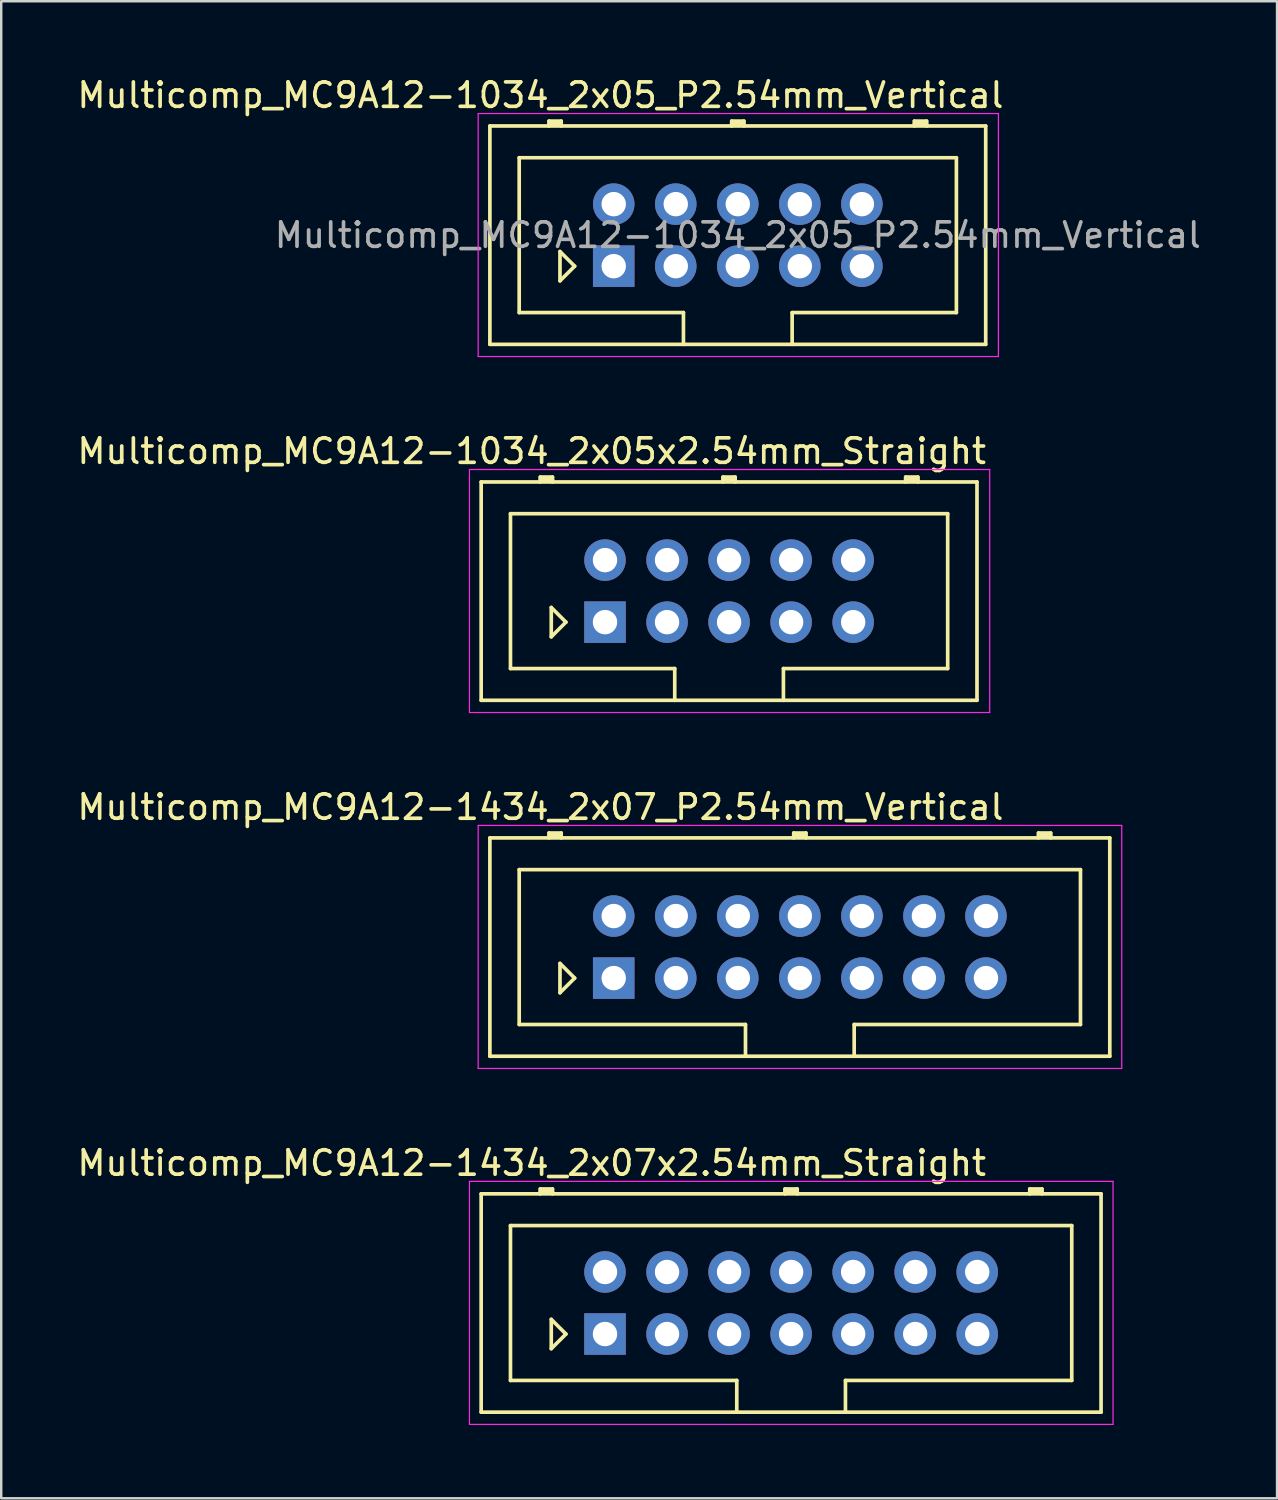
<source format=kicad_pcb>
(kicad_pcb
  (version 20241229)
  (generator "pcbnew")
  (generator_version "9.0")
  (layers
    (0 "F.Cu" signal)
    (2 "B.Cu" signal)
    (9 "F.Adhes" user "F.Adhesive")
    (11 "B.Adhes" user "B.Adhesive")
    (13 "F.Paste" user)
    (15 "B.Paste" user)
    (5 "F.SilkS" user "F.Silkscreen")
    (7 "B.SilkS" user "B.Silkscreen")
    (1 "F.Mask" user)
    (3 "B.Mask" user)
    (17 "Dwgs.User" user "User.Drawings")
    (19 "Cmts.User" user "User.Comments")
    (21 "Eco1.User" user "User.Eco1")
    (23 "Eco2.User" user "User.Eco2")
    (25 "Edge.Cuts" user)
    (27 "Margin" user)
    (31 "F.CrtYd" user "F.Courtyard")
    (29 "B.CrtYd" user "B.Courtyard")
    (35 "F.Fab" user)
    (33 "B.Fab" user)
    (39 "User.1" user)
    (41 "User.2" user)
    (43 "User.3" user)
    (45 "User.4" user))
  (footprint "Multicomp_MC9A12-1034_2x05_P2.54mm_Vertical"
    (layer "F.Cu")
    (at 22.077 7.848)
    (property "Reference" "Multicomp_MC9A12-1034_2x05_P2.54mm_Vertical" (at -3 -7 0) (layer "F.SilkS") (effects (font (size 1 1) (thickness 0.15))))
    (attr through_hole)
    (fp_line (start -5.07 -5.74) (end 15.23 -5.74) (stroke (width 0.15) (type solid)) (layer "F.SilkS"))
    (fp_line (start -5.07 3.2) (end -5.07 -5.74) (stroke (width 0.15) (type solid)) (layer "F.SilkS"))
    (fp_line (start -3.87 -4.44) (end 14.03 -4.44) (stroke (width 0.15) (type solid)) (layer "F.SilkS"))
    (fp_line (start -3.87 1.9) (end -3.87 -4.44) (stroke (width 0.15) (type solid)) (layer "F.SilkS"))
    (fp_line (start -2.65 -5.94) (end -2.15 -5.94) (stroke (width 0.15) (type solid)) (layer "F.SilkS"))
    (fp_line (start -2.65 -5.84) (end -2.15 -5.84) (stroke (width 0.15) (type solid)) (layer "F.SilkS"))
    (fp_line (start -2.65 -5.74) (end -2.65 -5.94) (stroke (width 0.15) (type solid)) (layer "F.SilkS"))
    (fp_line (start -2.2 -0.6) (end -1.6 0) (stroke (width 0.15) (type solid)) (layer "F.SilkS"))
    (fp_line (start -2.2 0.6) (end -2.2 -0.6) (stroke (width 0.15) (type solid)) (layer "F.SilkS"))
    (fp_line (start -2.15 -5.94) (end -2.15 -5.74) (stroke (width 0.15) (type solid)) (layer "F.SilkS"))
    (fp_line (start -1.6 0) (end -2.2 0.6) (stroke (width 0.15) (type solid)) (layer "F.SilkS"))
    (fp_line (start 2.855 1.9) (end -3.87 1.9) (stroke (width 0.15) (type solid)) (layer "F.SilkS"))
    (fp_line (start 2.855 3.2) (end 2.855 1.9) (stroke (width 0.15) (type solid)) (layer "F.SilkS"))
    (fp_line (start 4.83 -5.94) (end 5.33 -5.94) (stroke (width 0.15) (type solid)) (layer "F.SilkS"))
    (fp_line (start 4.83 -5.84) (end 5.33 -5.84) (stroke (width 0.15) (type solid)) (layer "F.SilkS"))
    (fp_line (start 4.83 -5.74) (end 4.83 -5.94) (stroke (width 0.15) (type solid)) (layer "F.SilkS"))
    (fp_line (start 5.33 -5.94) (end 5.33 -5.74) (stroke (width 0.15) (type solid)) (layer "F.SilkS"))
    (fp_line (start 7.305 1.9) (end 7.305 3.2) (stroke (width 0.15) (type solid)) (layer "F.SilkS"))
    (fp_line (start 12.31 -5.94) (end 12.81 -5.94) (stroke (width 0.15) (type solid)) (layer "F.SilkS"))
    (fp_line (start 12.31 -5.84) (end 12.81 -5.84) (stroke (width 0.15) (type solid)) (layer "F.SilkS"))
    (fp_line (start 12.31 -5.74) (end 12.31 -5.94) (stroke (width 0.15) (type solid)) (layer "F.SilkS"))
    (fp_line (start 12.81 -5.94) (end 12.81 -5.74) (stroke (width 0.15) (type solid)) (layer "F.SilkS"))
    (fp_line (start 14.03 -4.44) (end 14.03 1.9) (stroke (width 0.15) (type solid)) (layer "F.SilkS"))
    (fp_line (start 14.03 1.9) (end 7.305 1.9) (stroke (width 0.15) (type solid)) (layer "F.SilkS"))
    (fp_line (start 15.23 -5.74) (end 15.23 3.2) (stroke (width 0.15) (type solid)) (layer "F.SilkS"))
    (fp_line (start 15.23 3.2) (end -5.07 3.2) (stroke (width 0.15) (type solid)) (layer "F.SilkS"))
    (fp_line (start -5.55 -6.25) (end 15.75 -6.25) (stroke (width 0.05) (type solid)) (layer "F.CrtYd"))
    (fp_line (start -5.55 3.7) (end -5.55 -6.25) (stroke (width 0.05) (type solid)) (layer "F.CrtYd"))
    (fp_line (start 15.75 -6.25) (end 15.75 3.7) (stroke (width 0.05) (type solid)) (layer "F.CrtYd"))
    (fp_line (start 15.75 3.7) (end -5.55 3.7) (stroke (width 0.05) (type solid)) (layer "F.CrtYd"))
    (fp_text user "${REFERENCE}" (at 5.08 -1.27 0) (layer "F.Fab") (effects (font (size 1 1) (thickness 0.15))))
    (pad "1" thru_hole rect (at 0 0) (size 1.7 1.7) (drill 1) (layers "*.Cu" "*.Mask"))
    (pad "2" thru_hole circle (at 0 -2.54) (size 1.7 1.7) (drill 1) (layers "*.Cu" "*.Mask"))
    (pad "3" thru_hole circle (at 2.54 0) (size 1.7 1.7) (drill 1) (layers "*.Cu" "*.Mask"))
    (pad "4" thru_hole circle (at 2.54 -2.54) (size 1.7 1.7) (drill 1) (layers "*.Cu" "*.Mask"))
    (pad "5" thru_hole circle (at 5.08 0) (size 1.7 1.7) (drill 1) (layers "*.Cu" "*.Mask"))
    (pad "6" thru_hole circle (at 5.08 -2.54) (size 1.7 1.7) (drill 1) (layers "*.Cu" "*.Mask"))
    (pad "7" thru_hole circle (at 7.62 0) (size 1.7 1.7) (drill 1) (layers "*.Cu" "*.Mask"))
    (pad "8" thru_hole circle (at 7.62 -2.54) (size 1.7 1.7) (drill 1) (layers "*.Cu" "*.Mask"))
    (pad "9" thru_hole circle (at 10.16 0) (size 1.7 1.7) (drill 1) (layers "*.Cu" "*.Mask"))
    (pad "10" thru_hole circle (at 10.16 -2.54) (size 1.7 1.7) (drill 1) (layers "*.Cu" "*.Mask")))
  (footprint "Multicomp_MC9A12-1034_2x05x2.54mm_Straight"
    (layer "F.Cu")
    (at 21.72 22.422)
    (property "Reference" "Multicomp_MC9A12-1034_2x05x2.54mm_Straight" (at -3 -7 0) (layer "F.SilkS") (effects (font (size 1 1) (thickness 0.15))))
    (attr through_hole)
    (fp_line (start -5.07 -5.74) (end 15.23 -5.74) (stroke (width 0.15) (type solid)) (layer "F.SilkS"))
    (fp_line (start -5.07 3.2) (end -5.07 -5.74) (stroke (width 0.15) (type solid)) (layer "F.SilkS"))
    (fp_line (start -3.87 -4.44) (end 14.03 -4.44) (stroke (width 0.15) (type solid)) (layer "F.SilkS"))
    (fp_line (start -3.87 1.9) (end -3.87 -4.44) (stroke (width 0.15) (type solid)) (layer "F.SilkS"))
    (fp_line (start -2.65 -5.94) (end -2.15 -5.94) (stroke (width 0.15) (type solid)) (layer "F.SilkS"))
    (fp_line (start -2.65 -5.84) (end -2.15 -5.84) (stroke (width 0.15) (type solid)) (layer "F.SilkS"))
    (fp_line (start -2.65 -5.74) (end -2.65 -5.94) (stroke (width 0.15) (type solid)) (layer "F.SilkS"))
    (fp_line (start -2.2 -0.6) (end -1.6 0) (stroke (width 0.15) (type solid)) (layer "F.SilkS"))
    (fp_line (start -2.2 0.6) (end -2.2 -0.6) (stroke (width 0.15) (type solid)) (layer "F.SilkS"))
    (fp_line (start -2.15 -5.94) (end -2.15 -5.74) (stroke (width 0.15) (type solid)) (layer "F.SilkS"))
    (fp_line (start -1.6 0) (end -2.2 0.6) (stroke (width 0.15) (type solid)) (layer "F.SilkS"))
    (fp_line (start 2.855 1.9) (end -3.87 1.9) (stroke (width 0.15) (type solid)) (layer "F.SilkS"))
    (fp_line (start 2.855 3.2) (end 2.855 1.9) (stroke (width 0.15) (type solid)) (layer "F.SilkS"))
    (fp_line (start 4.83 -5.94) (end 5.33 -5.94) (stroke (width 0.15) (type solid)) (layer "F.SilkS"))
    (fp_line (start 4.83 -5.84) (end 5.33 -5.84) (stroke (width 0.15) (type solid)) (layer "F.SilkS"))
    (fp_line (start 4.83 -5.74) (end 4.83 -5.94) (stroke (width 0.15) (type solid)) (layer "F.SilkS"))
    (fp_line (start 5.33 -5.94) (end 5.33 -5.74) (stroke (width 0.15) (type solid)) (layer "F.SilkS"))
    (fp_line (start 7.305 1.9) (end 7.305 3.2) (stroke (width 0.15) (type solid)) (layer "F.SilkS"))
    (fp_line (start 12.31 -5.94) (end 12.81 -5.94) (stroke (width 0.15) (type solid)) (layer "F.SilkS"))
    (fp_line (start 12.31 -5.84) (end 12.81 -5.84) (stroke (width 0.15) (type solid)) (layer "F.SilkS"))
    (fp_line (start 12.31 -5.74) (end 12.31 -5.94) (stroke (width 0.15) (type solid)) (layer "F.SilkS"))
    (fp_line (start 12.81 -5.94) (end 12.81 -5.74) (stroke (width 0.15) (type solid)) (layer "F.SilkS"))
    (fp_line (start 14.03 -4.44) (end 14.03 1.9) (stroke (width 0.15) (type solid)) (layer "F.SilkS"))
    (fp_line (start 14.03 1.9) (end 7.305 1.9) (stroke (width 0.15) (type solid)) (layer "F.SilkS"))
    (fp_line (start 15.23 -5.74) (end 15.23 3.2) (stroke (width 0.15) (type solid)) (layer "F.SilkS"))
    (fp_line (start 15.23 3.2) (end -5.07 3.2) (stroke (width 0.15) (type solid)) (layer "F.SilkS"))
    (fp_line (start -5.55 -6.25) (end 15.75 -6.25) (stroke (width 0.05) (type solid)) (layer "F.CrtYd"))
    (fp_line (start -5.55 3.7) (end -5.55 -6.25) (stroke (width 0.05) (type solid)) (layer "F.CrtYd"))
    (fp_line (start 15.75 -6.25) (end 15.75 3.7) (stroke (width 0.05) (type solid)) (layer "F.CrtYd"))
    (fp_line (start 15.75 3.7) (end -5.55 3.7) (stroke (width 0.05) (type solid)) (layer "F.CrtYd"))
    (pad "1" thru_hole rect (at 0 0) (size 1.7 1.7) (drill 1) (layers "*.Cu" "*.Mask"))
    (pad "2" thru_hole circle (at 0 -2.54) (size 1.7 1.7) (drill 1) (layers "*.Cu" "*.Mask"))
    (pad "3" thru_hole circle (at 2.54 0) (size 1.7 1.7) (drill 1) (layers "*.Cu" "*.Mask"))
    (pad "4" thru_hole circle (at 2.54 -2.54) (size 1.7 1.7) (drill 1) (layers "*.Cu" "*.Mask"))
    (pad "5" thru_hole circle (at 5.08 0) (size 1.7 1.7) (drill 1) (layers "*.Cu" "*.Mask"))
    (pad "6" thru_hole circle (at 5.08 -2.54) (size 1.7 1.7) (drill 1) (layers "*.Cu" "*.Mask"))
    (pad "7" thru_hole circle (at 7.62 0) (size 1.7 1.7) (drill 1) (layers "*.Cu" "*.Mask"))
    (pad "8" thru_hole circle (at 7.62 -2.54) (size 1.7 1.7) (drill 1) (layers "*.Cu" "*.Mask"))
    (pad "9" thru_hole circle (at 10.16 0) (size 1.7 1.7) (drill 1) (layers "*.Cu" "*.Mask"))
    (pad "10" thru_hole circle (at 10.16 -2.54) (size 1.7 1.7) (drill 1) (layers "*.Cu" "*.Mask")))
  (footprint "Multicomp_MC9A12-1434_2x07_P2.54mm_Vertical"
    (layer "F.Cu")
    (at 22.077 36.995)
    (property "Reference" "Multicomp_MC9A12-1434_2x07_P2.54mm_Vertical" (at -3 -7 0) (layer "F.SilkS") (effects (font (size 1 1) (thickness 0.15))))
    (attr through_hole)
    (fp_line (start -5.07 -5.74) (end 20.31 -5.74) (stroke (width 0.15) (type solid)) (layer "F.SilkS"))
    (fp_line (start -5.07 3.2) (end -5.07 -5.74) (stroke (width 0.15) (type solid)) (layer "F.SilkS"))
    (fp_line (start -3.87 -4.44) (end 19.11 -4.44) (stroke (width 0.15) (type solid)) (layer "F.SilkS"))
    (fp_line (start -3.87 1.9) (end -3.87 -4.44) (stroke (width 0.15) (type solid)) (layer "F.SilkS"))
    (fp_line (start -2.65 -5.94) (end -2.15 -5.94) (stroke (width 0.15) (type solid)) (layer "F.SilkS"))
    (fp_line (start -2.65 -5.84) (end -2.15 -5.84) (stroke (width 0.15) (type solid)) (layer "F.SilkS"))
    (fp_line (start -2.65 -5.74) (end -2.65 -5.94) (stroke (width 0.15) (type solid)) (layer "F.SilkS"))
    (fp_line (start -2.2 -0.6) (end -1.6 0) (stroke (width 0.15) (type solid)) (layer "F.SilkS"))
    (fp_line (start -2.2 0.6) (end -2.2 -0.6) (stroke (width 0.15) (type solid)) (layer "F.SilkS"))
    (fp_line (start -2.15 -5.94) (end -2.15 -5.74) (stroke (width 0.15) (type solid)) (layer "F.SilkS"))
    (fp_line (start -1.6 0) (end -2.2 0.6) (stroke (width 0.15) (type solid)) (layer "F.SilkS"))
    (fp_line (start 5.395 1.9) (end -3.87 1.9) (stroke (width 0.15) (type solid)) (layer "F.SilkS"))
    (fp_line (start 5.395 3.2) (end 5.395 1.9) (stroke (width 0.15) (type solid)) (layer "F.SilkS"))
    (fp_line (start 7.37 -5.94) (end 7.87 -5.94) (stroke (width 0.15) (type solid)) (layer "F.SilkS"))
    (fp_line (start 7.37 -5.84) (end 7.87 -5.84) (stroke (width 0.15) (type solid)) (layer "F.SilkS"))
    (fp_line (start 7.37 -5.74) (end 7.37 -5.94) (stroke (width 0.15) (type solid)) (layer "F.SilkS"))
    (fp_line (start 7.87 -5.94) (end 7.87 -5.74) (stroke (width 0.15) (type solid)) (layer "F.SilkS"))
    (fp_line (start 9.845 1.9) (end 9.845 3.2) (stroke (width 0.15) (type solid)) (layer "F.SilkS"))
    (fp_line (start 17.39 -5.94) (end 17.89 -5.94) (stroke (width 0.15) (type solid)) (layer "F.SilkS"))
    (fp_line (start 17.39 -5.84) (end 17.89 -5.84) (stroke (width 0.15) (type solid)) (layer "F.SilkS"))
    (fp_line (start 17.39 -5.74) (end 17.39 -5.94) (stroke (width 0.15) (type solid)) (layer "F.SilkS"))
    (fp_line (start 17.89 -5.94) (end 17.89 -5.74) (stroke (width 0.15) (type solid)) (layer "F.SilkS"))
    (fp_line (start 19.11 -4.44) (end 19.11 1.9) (stroke (width 0.15) (type solid)) (layer "F.SilkS"))
    (fp_line (start 19.11 1.9) (end 9.845 1.9) (stroke (width 0.15) (type solid)) (layer "F.SilkS"))
    (fp_line (start 20.31 -5.74) (end 20.31 3.2) (stroke (width 0.15) (type solid)) (layer "F.SilkS"))
    (fp_line (start 20.31 3.2) (end -5.07 3.2) (stroke (width 0.15) (type solid)) (layer "F.SilkS"))
    (fp_line (start -5.55 -6.25) (end 20.8 -6.25) (stroke (width 0.05) (type solid)) (layer "F.CrtYd"))
    (fp_line (start -5.55 3.7) (end -5.55 -6.25) (stroke (width 0.05) (type solid)) (layer "F.CrtYd"))
    (fp_line (start 20.8 -6.25) (end 20.8 3.7) (stroke (width 0.05) (type solid)) (layer "F.CrtYd"))
    (fp_line (start 20.8 3.7) (end -5.55 3.7) (stroke (width 0.05) (type solid)) (layer "F.CrtYd"))
    (pad "1" thru_hole rect (at 0 0) (size 1.7 1.7) (drill 1) (layers "*.Cu" "*.Mask"))
    (pad "2" thru_hole circle (at 0 -2.54) (size 1.7 1.7) (drill 1) (layers "*.Cu" "*.Mask"))
    (pad "3" thru_hole circle (at 2.54 0) (size 1.7 1.7) (drill 1) (layers "*.Cu" "*.Mask"))
    (pad "4" thru_hole circle (at 2.54 -2.54) (size 1.7 1.7) (drill 1) (layers "*.Cu" "*.Mask"))
    (pad "5" thru_hole circle (at 5.08 0) (size 1.7 1.7) (drill 1) (layers "*.Cu" "*.Mask"))
    (pad "6" thru_hole circle (at 5.08 -2.54) (size 1.7 1.7) (drill 1) (layers "*.Cu" "*.Mask"))
    (pad "7" thru_hole circle (at 7.62 0) (size 1.7 1.7) (drill 1) (layers "*.Cu" "*.Mask"))
    (pad "8" thru_hole circle (at 7.62 -2.54) (size 1.7 1.7) (drill 1) (layers "*.Cu" "*.Mask"))
    (pad "9" thru_hole circle (at 10.16 0) (size 1.7 1.7) (drill 1) (layers "*.Cu" "*.Mask"))
    (pad "10" thru_hole circle (at 10.16 -2.54) (size 1.7 1.7) (drill 1) (layers "*.Cu" "*.Mask"))
    (pad "11" thru_hole circle (at 12.7 0) (size 1.7 1.7) (drill 1) (layers "*.Cu" "*.Mask"))
    (pad "12" thru_hole circle (at 12.7 -2.54) (size 1.7 1.7) (drill 1) (layers "*.Cu" "*.Mask"))
    (pad "13" thru_hole circle (at 15.24 0) (size 1.7 1.7) (drill 1) (layers "*.Cu" "*.Mask"))
    (pad "14" thru_hole circle (at 15.24 -2.54) (size 1.7 1.7) (drill 1) (layers "*.Cu" "*.Mask")))
  (footprint "Multicomp_MC9A12-1434_2x07x2.54mm_Straight"
    (layer "F.Cu")
    (at 21.72 51.568)
    (property "Reference" "Multicomp_MC9A12-1434_2x07x2.54mm_Straight" (at -3 -7 0) (layer "F.SilkS") (effects (font (size 1 1) (thickness 0.15))))
    (attr through_hole)
    (fp_line (start -5.07 -5.74) (end 20.31 -5.74) (stroke (width 0.15) (type solid)) (layer "F.SilkS"))
    (fp_line (start -5.07 3.2) (end -5.07 -5.74) (stroke (width 0.15) (type solid)) (layer "F.SilkS"))
    (fp_line (start -3.87 -4.44) (end 19.11 -4.44) (stroke (width 0.15) (type solid)) (layer "F.SilkS"))
    (fp_line (start -3.87 1.9) (end -3.87 -4.44) (stroke (width 0.15) (type solid)) (layer "F.SilkS"))
    (fp_line (start -2.65 -5.94) (end -2.15 -5.94) (stroke (width 0.15) (type solid)) (layer "F.SilkS"))
    (fp_line (start -2.65 -5.84) (end -2.15 -5.84) (stroke (width 0.15) (type solid)) (layer "F.SilkS"))
    (fp_line (start -2.65 -5.74) (end -2.65 -5.94) (stroke (width 0.15) (type solid)) (layer "F.SilkS"))
    (fp_line (start -2.2 -0.6) (end -1.6 0) (stroke (width 0.15) (type solid)) (layer "F.SilkS"))
    (fp_line (start -2.2 0.6) (end -2.2 -0.6) (stroke (width 0.15) (type solid)) (layer "F.SilkS"))
    (fp_line (start -2.15 -5.94) (end -2.15 -5.74) (stroke (width 0.15) (type solid)) (layer "F.SilkS"))
    (fp_line (start -1.6 0) (end -2.2 0.6) (stroke (width 0.15) (type solid)) (layer "F.SilkS"))
    (fp_line (start 5.395 1.9) (end -3.87 1.9) (stroke (width 0.15) (type solid)) (layer "F.SilkS"))
    (fp_line (start 5.395 3.2) (end 5.395 1.9) (stroke (width 0.15) (type solid)) (layer "F.SilkS"))
    (fp_line (start 7.37 -5.94) (end 7.87 -5.94) (stroke (width 0.15) (type solid)) (layer "F.SilkS"))
    (fp_line (start 7.37 -5.84) (end 7.87 -5.84) (stroke (width 0.15) (type solid)) (layer "F.SilkS"))
    (fp_line (start 7.37 -5.74) (end 7.37 -5.94) (stroke (width 0.15) (type solid)) (layer "F.SilkS"))
    (fp_line (start 7.87 -5.94) (end 7.87 -5.74) (stroke (width 0.15) (type solid)) (layer "F.SilkS"))
    (fp_line (start 9.845 1.9) (end 9.845 3.2) (stroke (width 0.15) (type solid)) (layer "F.SilkS"))
    (fp_line (start 17.39 -5.94) (end 17.89 -5.94) (stroke (width 0.15) (type solid)) (layer "F.SilkS"))
    (fp_line (start 17.39 -5.84) (end 17.89 -5.84) (stroke (width 0.15) (type solid)) (layer "F.SilkS"))
    (fp_line (start 17.39 -5.74) (end 17.39 -5.94) (stroke (width 0.15) (type solid)) (layer "F.SilkS"))
    (fp_line (start 17.89 -5.94) (end 17.89 -5.74) (stroke (width 0.15) (type solid)) (layer "F.SilkS"))
    (fp_line (start 19.11 -4.44) (end 19.11 1.9) (stroke (width 0.15) (type solid)) (layer "F.SilkS"))
    (fp_line (start 19.11 1.9) (end 9.845 1.9) (stroke (width 0.15) (type solid)) (layer "F.SilkS"))
    (fp_line (start 20.31 -5.74) (end 20.31 3.2) (stroke (width 0.15) (type solid)) (layer "F.SilkS"))
    (fp_line (start 20.31 3.2) (end -5.07 3.2) (stroke (width 0.15) (type solid)) (layer "F.SilkS"))
    (fp_line (start -5.55 -6.25) (end 20.8 -6.25) (stroke (width 0.05) (type solid)) (layer "F.CrtYd"))
    (fp_line (start -5.55 3.7) (end -5.55 -6.25) (stroke (width 0.05) (type solid)) (layer "F.CrtYd"))
    (fp_line (start 20.8 -6.25) (end 20.8 3.7) (stroke (width 0.05) (type solid)) (layer "F.CrtYd"))
    (fp_line (start 20.8 3.7) (end -5.55 3.7) (stroke (width 0.05) (type solid)) (layer "F.CrtYd"))
    (pad "1" thru_hole rect (at 0 0) (size 1.7 1.7) (drill 1) (layers "*.Cu" "*.Mask"))
    (pad "2" thru_hole circle (at 0 -2.54) (size 1.7 1.7) (drill 1) (layers "*.Cu" "*.Mask"))
    (pad "3" thru_hole circle (at 2.54 0) (size 1.7 1.7) (drill 1) (layers "*.Cu" "*.Mask"))
    (pad "4" thru_hole circle (at 2.54 -2.54) (size 1.7 1.7) (drill 1) (layers "*.Cu" "*.Mask"))
    (pad "5" thru_hole circle (at 5.08 0) (size 1.7 1.7) (drill 1) (layers "*.Cu" "*.Mask"))
    (pad "6" thru_hole circle (at 5.08 -2.54) (size 1.7 1.7) (drill 1) (layers "*.Cu" "*.Mask"))
    (pad "7" thru_hole circle (at 7.62 0) (size 1.7 1.7) (drill 1) (layers "*.Cu" "*.Mask"))
    (pad "8" thru_hole circle (at 7.62 -2.54) (size 1.7 1.7) (drill 1) (layers "*.Cu" "*.Mask"))
    (pad "9" thru_hole circle (at 10.16 0) (size 1.7 1.7) (drill 1) (layers "*.Cu" "*.Mask"))
    (pad "10" thru_hole circle (at 10.16 -2.54) (size 1.7 1.7) (drill 1) (layers "*.Cu" "*.Mask"))
    (pad "11" thru_hole circle (at 12.7 0) (size 1.7 1.7) (drill 1) (layers "*.Cu" "*.Mask"))
    (pad "12" thru_hole circle (at 12.7 -2.54) (size 1.7 1.7) (drill 1) (layers "*.Cu" "*.Mask"))
    (pad "13" thru_hole circle (at 15.24 0) (size 1.7 1.7) (drill 1) (layers "*.Cu" "*.Mask"))
    (pad "14" thru_hole circle (at 15.24 -2.54) (size 1.7 1.7) (drill 1) (layers "*.Cu" "*.Mask")))
  (gr_rect
    (start -3 -3)
    (end 49.235 58.293)
    (stroke (width 0.1) (type default))
    (fill no)
    (layer "Edge.Cuts")))
</source>
